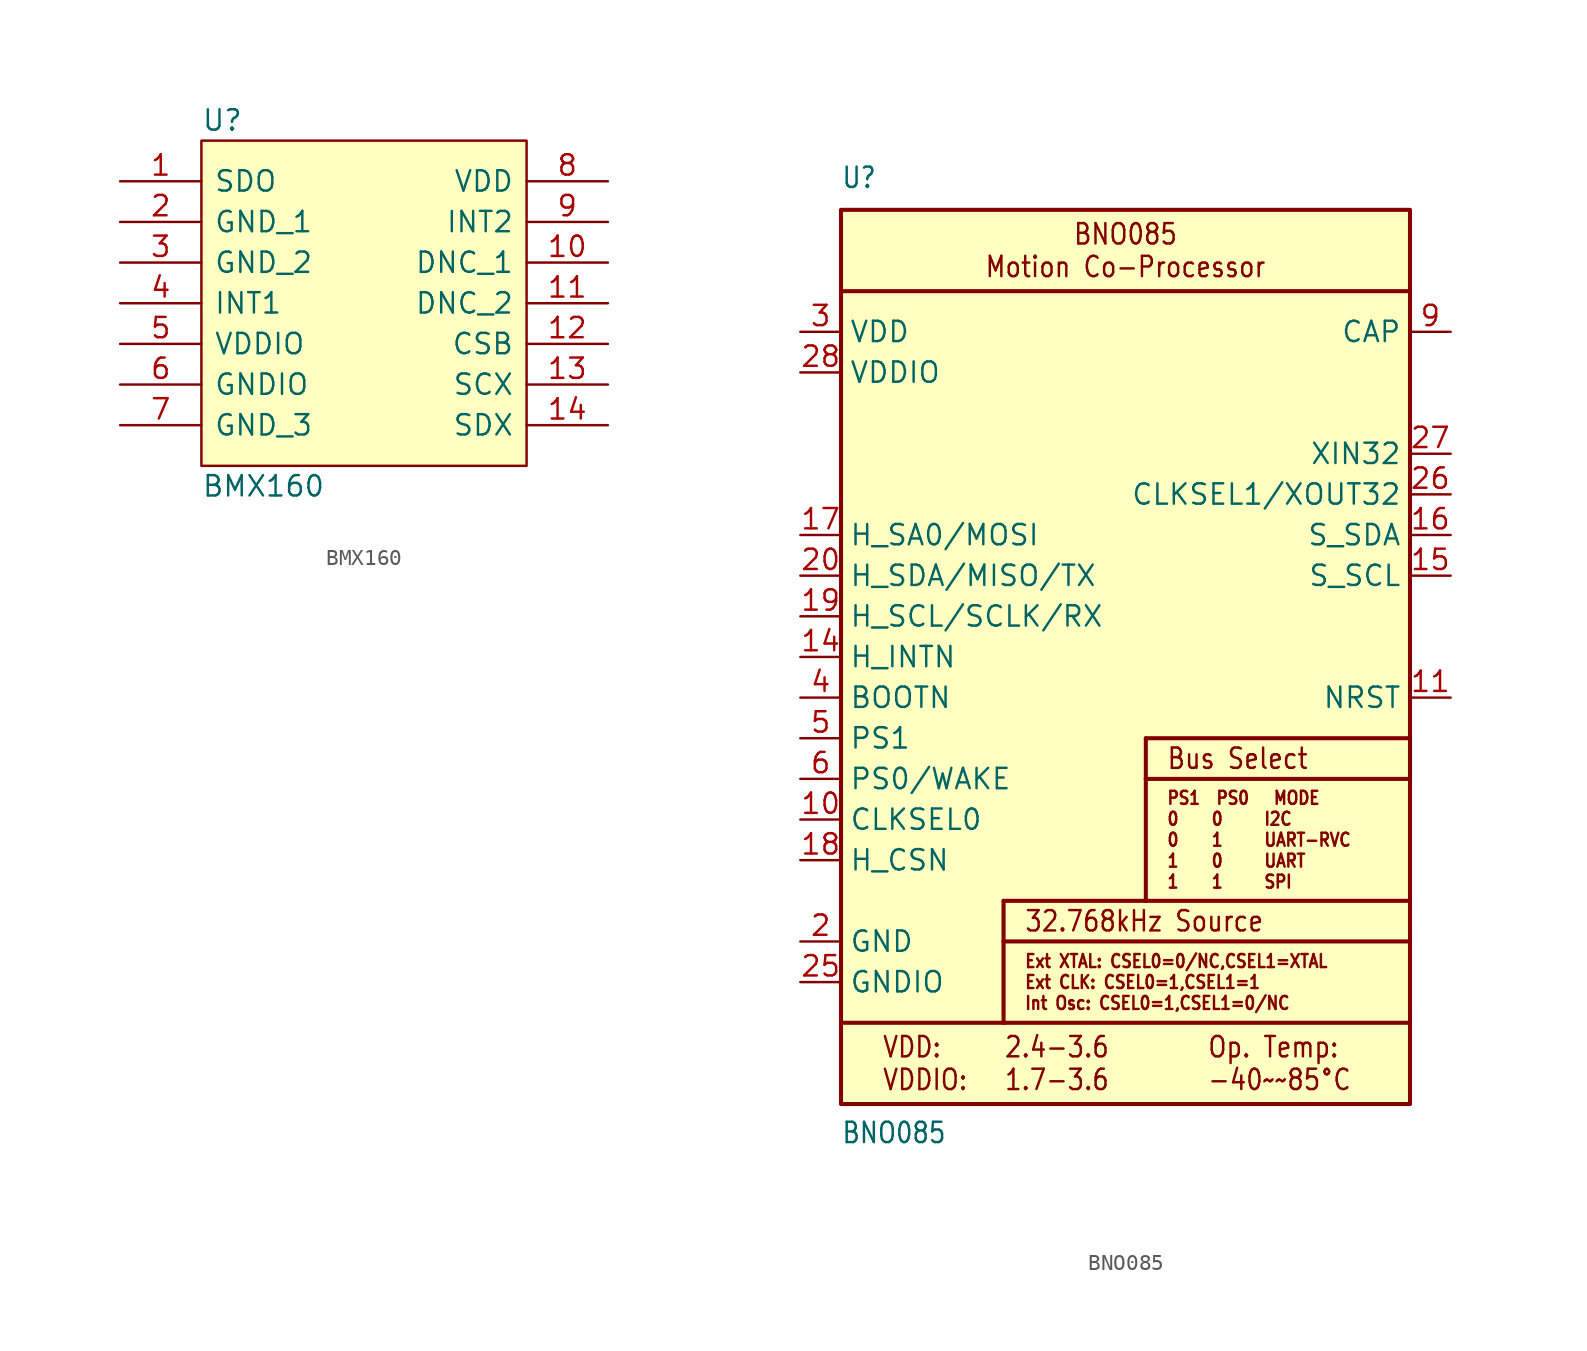
<source format=kicad_sym>
(kicad_symbol_lib
  (version 20220914)
  (generator kicad_symbol_editor)
  (symbol "BMX160"
    (pin_names
      (offset 0.762))
    (property "Reference" "U"
      (at 5.08 3.81 0)
      (effects (font (size 1.27 1.27)) (justify left)))
    (property "Value" "BMX160"
      (at 5.08 -19.05 0)
      (effects (font (size 1.27 1.27)) (justify left)))
    (symbol "BMX160_0_0"
      (pin bidirectional line (at 0 0 0) (length 5.08) (name "SDO" (effects (font (size 1.27 1.27)))) (number "1" (effects (font (size 1.27 1.27)))))
      (pin bidirectional line (at 30.48 -5.08 180) (length 5.08) (name "DNC_1" (effects (font (size 1.27 1.27)))) (number "10" (effects (font (size 1.27 1.27)))))
      (pin bidirectional line (at 30.48 -7.62 180) (length 5.08) (name "DNC_2" (effects (font (size 1.27 1.27)))) (number "11" (effects (font (size 1.27 1.27)))))
      (pin bidirectional line (at 30.48 -10.16 180) (length 5.08) (name "CSB" (effects (font (size 1.27 1.27)))) (number "12" (effects (font (size 1.27 1.27)))))
      (pin bidirectional line (at 30.48 -12.7 180) (length 5.08) (name "SCX" (effects (font (size 1.27 1.27)))) (number "13" (effects (font (size 1.27 1.27)))))
      (pin bidirectional line (at 30.48 -15.24 180) (length 5.08) (name "SDX" (effects (font (size 1.27 1.27)))) (number "14" (effects (font (size 1.27 1.27)))))
      (pin bidirectional line (at 0 -2.54 0) (length 5.08) (name "GND_1" (effects (font (size 1.27 1.27)))) (number "2" (effects (font (size 1.27 1.27)))))
      (pin bidirectional line (at 0 -5.08 0) (length 5.08) (name "GND_2" (effects (font (size 1.27 1.27)))) (number "3" (effects (font (size 1.27 1.27)))))
      (pin bidirectional line (at 0 -7.62 0) (length 5.08) (name "INT1" (effects (font (size 1.27 1.27)))) (number "4" (effects (font (size 1.27 1.27)))))
      (pin bidirectional line (at 0 -10.16 0) (length 5.08) (name "VDDIO" (effects (font (size 1.27 1.27)))) (number "5" (effects (font (size 1.27 1.27)))))
      (pin bidirectional line (at 0 -12.7 0) (length 5.08) (name "GNDIO" (effects (font (size 1.27 1.27)))) (number "6" (effects (font (size 1.27 1.27)))))
      (pin bidirectional line (at 0 -15.24 0) (length 5.08) (name "GND_3" (effects (font (size 1.27 1.27)))) (number "7" (effects (font (size 1.27 1.27)))))
      (pin bidirectional line (at 30.48 0 180) (length 5.08) (name "VDD" (effects (font (size 1.27 1.27)))) (number "8" (effects (font (size 1.27 1.27)))))
      (pin bidirectional line (at 30.48 -2.54 180) (length 5.08) (name "INT2" (effects (font (size 1.27 1.27)))) (number "9" (effects (font (size 1.27 1.27))))))
    (symbol "BMX160_0_1"
      (polyline (pts (xy 5.08 2.54) (xy 25.4 2.54) (xy 25.4 -17.78) (xy 5.08 -17.78) (xy 5.08 2.54)) (stroke (width 0.152) (type default)) (fill (type background)))))
  (symbol "BNO085"
    (property "Reference" "U"
      (at -17.78 29.21 0)
      (effects (font (size 1.27 1.079)) (justify left bottom)))
    (property "Value" "BNO085"
      (at -17.78 -30.48 0)
      (effects (font (size 1.27 1.079)) (justify left bottom)))
    (symbol "BNO085_1_0"
      (rectangle (start -17.78 27.94) (end 17.78 -27.94) (stroke (width 0.254) (type default)) (fill (type background)))
      (polyline (pts (xy -17.78 22.86) (xy 17.78 22.86)) (stroke (width 0.254) (type solid)) (fill (type none)))
      (polyline (pts (xy -7.62 -22.86) (xy -17.78 -22.86)) (stroke (width 0.254) (type solid)) (fill (type none)))
      (polyline (pts (xy -7.62 -22.86) (xy -7.62 -17.78)) (stroke (width 0.254) (type solid)) (fill (type none)))
      (polyline (pts (xy -7.62 -17.78) (xy -7.62 -15.24)) (stroke (width 0.254) (type solid)) (fill (type none)))
      (polyline (pts (xy -7.62 -17.78) (xy 17.78 -17.78)) (stroke (width 0.254) (type solid)) (fill (type none)))
      (polyline (pts (xy -7.62 -15.24) (xy 1.27 -15.24)) (stroke (width 0.254) (type solid)) (fill (type none)))
      (polyline (pts (xy 1.27 -15.24) (xy 17.78 -15.24)) (stroke (width 0.254) (type solid)) (fill (type none)))
      (polyline (pts (xy 1.27 -7.62) (xy 1.27 -15.24)) (stroke (width 0.254) (type solid)) (fill (type none)))
      (polyline (pts (xy 1.27 -7.62) (xy 17.78 -7.62)) (stroke (width 0.254) (type solid)) (fill (type none)))
      (polyline (pts (xy 1.27 -5.08) (xy 1.27 -7.62)) (stroke (width 0.254) (type solid)) (fill (type none)))
      (polyline (pts (xy 17.78 -22.86) (xy -7.62 -22.86)) (stroke (width 0.254) (type solid)) (fill (type none)))
      (polyline (pts (xy 17.78 -5.08) (xy 1.27 -5.08)) (stroke (width 0.254) (type solid)) (fill (type none)))
      (polyline (pts (xy 17.78 -5.08) (xy 17.78 -7.62)) (stroke (width 0.254) (type solid)) (fill (type none)))
      (text "2.4-3.6\n1.7-3.6" (at -7.62 -25.4 0) (effects (font (size 1.27 1.079)) (justify left)))
      (text "32.768kHz Source" (at -6.35 -16.51 0) (effects (font (size 1.27 1.079)) (justify left)))
      (text "BNO085\nMotion Co-Processor" (at 0 25.4 0) (effects (font (size 1.27 1.079))))
      (text "Bus Select" (at 2.54 -6.35 0) (effects (font (size 1.27 1.079)) (justify left)))
      (text "Ext XTAL: CSEL0=0/NC,CSEL1=XTAL\nExt CLK: CSEL0=1,CSEL1=1\nInt Osc: CSEL0=1,CSEL1=0/NC" (at -6.35 -20.32 0) (effects (font (size 0.813 0.691)) (justify left)))
      (text "Op. Temp:\n-40~~85°C" (at 5.08 -25.4 0) (effects (font (size 1.27 1.079)) (justify left)))
      (text "PS1  PS0   MODE\n0    0     I2C\n0    1     UART-RVC\n1    0     UART\n1    1     SPI" (at 2.54 -11.43 0) (effects (font (size 0.813 0.691)) (justify left)))
      (text "VDD:\nVDDIO:" (at -15.24 -25.4 0) (effects (font (size 1.27 1.079)) (justify left)))
      (pin no_connect line (at 20.32 -20.32 180) (length 2.54) hide (name "NC" (effects (font (size 1.27 1.27)))) (number "1" (effects (font (size 1.27 1.27)))))
      (pin input line (at -20.32 -10.16 0) (length 2.54) (name "CLKSEL0" (effects (font (size 1.27 1.27)))) (number "10" (effects (font (size 1.27 1.27)))))
      (pin input line (at 20.32 -2.54 180) (length 2.54) (name "NRST" (effects (font (size 1.27 1.27)))) (number "11" (effects (font (size 1.27 1.27)))))
      (pin no_connect line (at 20.32 -20.32 180) (length 2.54) hide (name "NC" (effects (font (size 1.27 1.27)))) (number "12" (effects (font (size 1.27 1.27)))))
      (pin no_connect line (at 20.32 -20.32 180) (length 2.54) hide (name "NC" (effects (font (size 1.27 1.27)))) (number "13" (effects (font (size 1.27 1.27)))))
      (pin output line (at -20.32 0 0) (length 2.54) (name "H_INTN" (effects (font (size 1.27 1.27)))) (number "14" (effects (font (size 1.27 1.27)))))
      (pin bidirectional line (at 20.32 5.08 180) (length 2.54) (name "S_SCL" (effects (font (size 1.27 1.27)))) (number "15" (effects (font (size 1.27 1.27)))))
      (pin bidirectional line (at 20.32 7.62 180) (length 2.54) (name "S_SDA" (effects (font (size 1.27 1.27)))) (number "16" (effects (font (size 1.27 1.27)))))
      (pin output line (at -20.32 7.62 0) (length 2.54) (name "H_SA0/MOSI" (effects (font (size 1.27 1.27)))) (number "17" (effects (font (size 1.27 1.27)))))
      (pin input line (at -20.32 -12.7 0) (length 2.54) (name "H_CSN" (effects (font (size 1.27 1.27)))) (number "18" (effects (font (size 1.27 1.27)))))
      (pin bidirectional line (at -20.32 2.54 0) (length 2.54) (name "H_SCL/SCLK/RX" (effects (font (size 1.27 1.27)))) (number "19" (effects (font (size 1.27 1.27)))))
      (pin power_in line (at -20.32 -17.78 0) (length 2.54) (name "GND" (effects (font (size 1.27 1.27)))) (number "2" (effects (font (size 1.27 1.27)))))
      (pin bidirectional line (at -20.32 5.08 0) (length 2.54) (name "H_SDA/MISO/TX" (effects (font (size 1.27 1.27)))) (number "20" (effects (font (size 1.27 1.27)))))
      (pin no_connect line (at 20.32 -20.32 180) (length 2.54) hide (name "NC" (effects (font (size 1.27 1.27)))) (number "21" (effects (font (size 1.27 1.27)))))
      (pin no_connect line (at 20.32 -20.32 180) (length 2.54) hide (name "NC" (effects (font (size 1.27 1.27)))) (number "22" (effects (font (size 1.27 1.27)))))
      (pin no_connect line (at 20.32 -20.32 180) (length 2.54) hide (name "NC" (effects (font (size 1.27 1.27)))) (number "23" (effects (font (size 1.27 1.27)))))
      (pin no_connect line (at 20.32 -20.32 180) (length 2.54) hide (name "NC" (effects (font (size 1.27 1.27)))) (number "24" (effects (font (size 1.27 1.27)))))
      (pin power_in line (at -20.32 -20.32 0) (length 2.54) (name "GNDIO" (effects (font (size 1.27 1.27)))) (number "25" (effects (font (size 1.27 1.27)))))
      (pin output line (at 20.32 10.16 180) (length 2.54) (name "CLKSEL1/XOUT32" (effects (font (size 1.27 1.27)))) (number "26" (effects (font (size 1.27 1.27)))))
      (pin input line (at 20.32 12.7 180) (length 2.54) (name "XIN32" (effects (font (size 1.27 1.27)))) (number "27" (effects (font (size 1.27 1.27)))))
      (pin power_in line (at -20.32 17.78 0) (length 2.54) (name "VDDIO" (effects (font (size 1.27 1.27)))) (number "28" (effects (font (size 1.27 1.27)))))
      (pin power_in line (at -20.32 20.32 0) (length 2.54) (name "VDD" (effects (font (size 1.27 1.27)))) (number "3" (effects (font (size 1.27 1.27)))))
      (pin input line (at -20.32 -2.54 0) (length 2.54) (name "BOOTN" (effects (font (size 1.27 1.27)))) (number "4" (effects (font (size 1.27 1.27)))))
      (pin input line (at -20.32 -5.08 0) (length 2.54) (name "PS1" (effects (font (size 1.27 1.27)))) (number "5" (effects (font (size 1.27 1.27)))))
      (pin input line (at -20.32 -7.62 0) (length 2.54) (name "PS0/WAKE" (effects (font (size 1.27 1.27)))) (number "6" (effects (font (size 1.27 1.27)))))
      (pin no_connect line (at 20.32 -20.32 180) (length 2.54) hide (name "NC" (effects (font (size 1.27 1.27)))) (number "7" (effects (font (size 1.27 1.27)))))
      (pin no_connect line (at 20.32 -20.32 180) (length 2.54) hide (name "NC" (effects (font (size 1.27 1.27)))) (number "8" (effects (font (size 1.27 1.27)))))
      (pin passive line (at 20.32 20.32 180) (length 2.54) (name "CAP" (effects (font (size 1.27 1.27)))) (number "9" (effects (font (size 1.27 1.27))))))))
</source>
